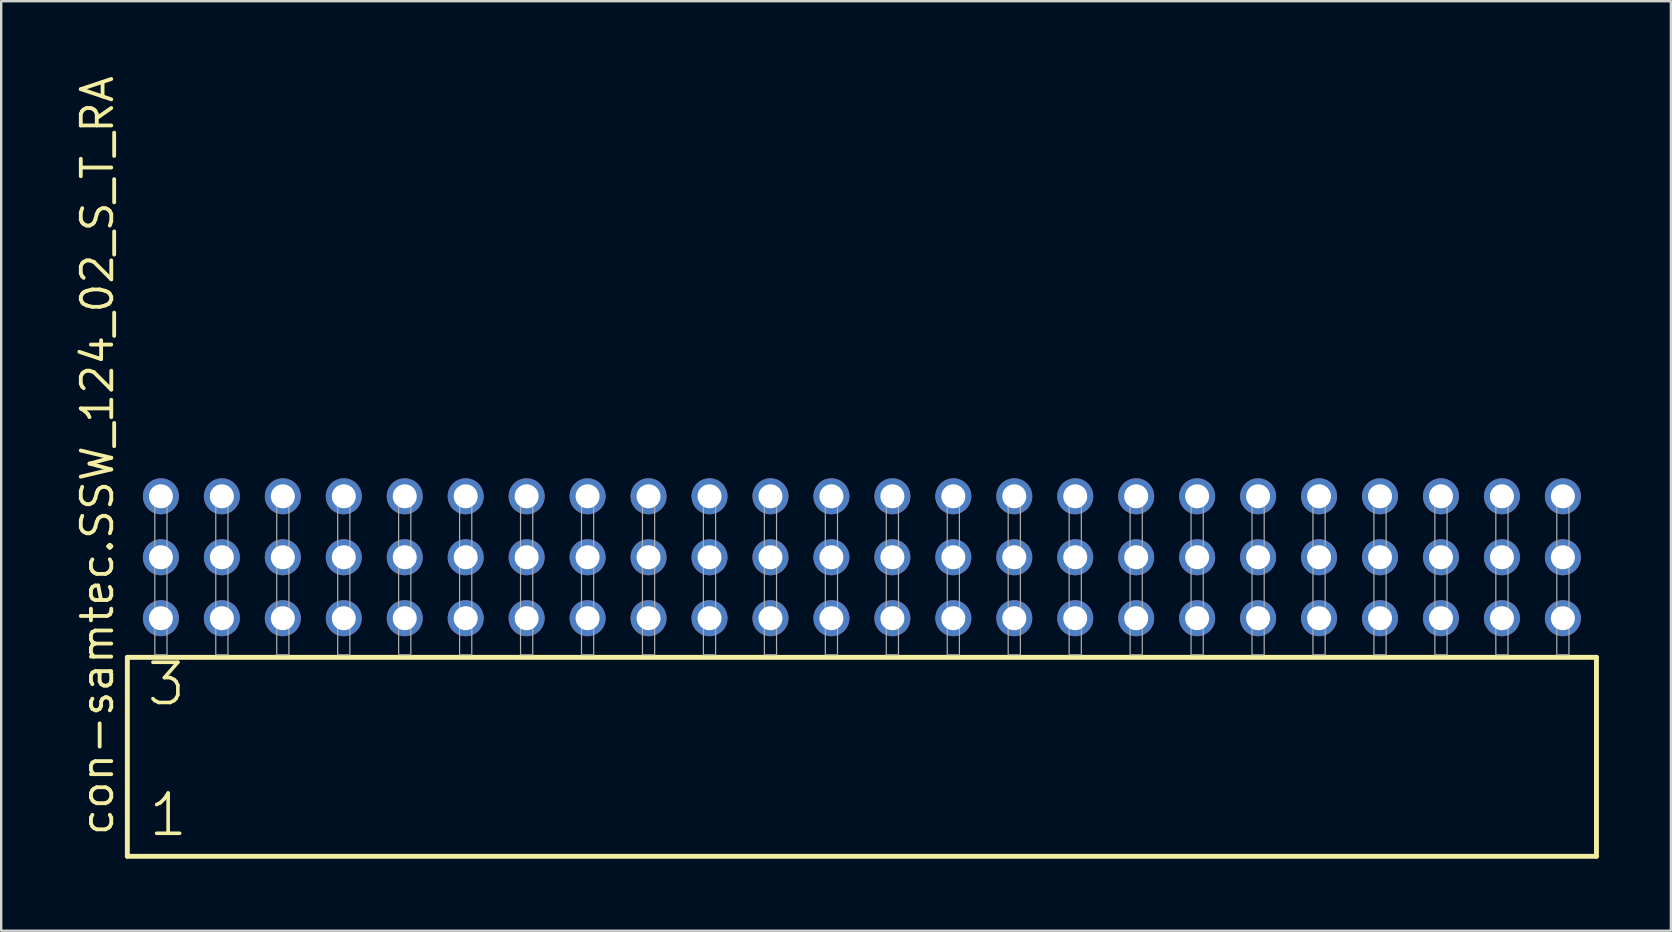
<source format=kicad_pcb>
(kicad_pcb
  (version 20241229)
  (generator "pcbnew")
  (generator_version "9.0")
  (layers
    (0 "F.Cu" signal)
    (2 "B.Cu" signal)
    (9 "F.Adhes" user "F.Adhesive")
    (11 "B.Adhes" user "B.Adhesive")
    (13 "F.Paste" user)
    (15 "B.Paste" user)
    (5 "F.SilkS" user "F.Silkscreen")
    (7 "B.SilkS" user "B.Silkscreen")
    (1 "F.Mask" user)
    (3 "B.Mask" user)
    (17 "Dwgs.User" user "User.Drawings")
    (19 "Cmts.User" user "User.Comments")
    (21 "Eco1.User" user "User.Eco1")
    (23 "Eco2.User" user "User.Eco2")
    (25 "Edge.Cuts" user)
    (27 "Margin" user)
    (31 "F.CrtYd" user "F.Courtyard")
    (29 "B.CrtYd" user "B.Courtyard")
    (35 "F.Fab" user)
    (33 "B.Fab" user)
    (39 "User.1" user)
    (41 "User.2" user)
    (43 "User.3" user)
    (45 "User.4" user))
  (footprint "con-samtec.SSW_124_02_S_T_RA"
    (layer "F.Cu")
    (at 32.865 24.235)
    (property "Reference" "con-samtec.SSW_124_02_S_T_RA" (at -31.115 7.62 90) (layer "F.SilkS") (effects (font (size 1.27 1.27) (thickness 0.16)) (justify left bottom)))
    (attr through_hole)
    (fp_line (start -30.609 0.106) (end -30.609 8.396) (stroke (width 0.203) (type default)) (layer "F.SilkS"))
    (fp_line (start -30.609 8.396) (end 30.609 8.396) (stroke (width 0.203) (type default)) (layer "F.SilkS"))
    (fp_line (start 30.609 0.106) (end -30.609 0.106) (stroke (width 0.203) (type default)) (layer "F.SilkS"))
    (fp_line (start 30.609 8.396) (end 30.609 0.106) (stroke (width 0.203) (type default)) (layer "F.SilkS"))
    (fp_rect (start -29.464 0) (end -28.956 -6.858) (stroke (width 0.05) (type default)) (fill no) (layer "F.Fab"))
    (fp_rect (start -26.924 0) (end -26.416 -6.858) (stroke (width 0.05) (type default)) (fill no) (layer "F.Fab"))
    (fp_rect (start -24.384 0) (end -23.876 -6.858) (stroke (width 0.05) (type default)) (fill no) (layer "F.Fab"))
    (fp_rect (start -21.844 0) (end -21.336 -6.858) (stroke (width 0.05) (type default)) (fill no) (layer "F.Fab"))
    (fp_rect (start -19.304 0) (end -18.796 -6.858) (stroke (width 0.05) (type default)) (fill no) (layer "F.Fab"))
    (fp_rect (start -16.764 0) (end -16.256 -6.858) (stroke (width 0.05) (type default)) (fill no) (layer "F.Fab"))
    (fp_rect (start -14.224 0) (end -13.716 -6.858) (stroke (width 0.05) (type default)) (fill no) (layer "F.Fab"))
    (fp_rect (start -11.684 0) (end -11.176 -6.858) (stroke (width 0.05) (type default)) (fill no) (layer "F.Fab"))
    (fp_rect (start -9.144 0) (end -8.636 -6.858) (stroke (width 0.05) (type default)) (fill no) (layer "F.Fab"))
    (fp_rect (start -6.604 0) (end -6.096 -6.858) (stroke (width 0.05) (type default)) (fill no) (layer "F.Fab"))
    (fp_rect (start -4.064 0) (end -3.556 -6.858) (stroke (width 0.05) (type default)) (fill no) (layer "F.Fab"))
    (fp_rect (start -1.524 0) (end -1.016 -6.858) (stroke (width 0.05) (type default)) (fill no) (layer "F.Fab"))
    (fp_rect (start 1.016 0) (end 1.524 -6.858) (stroke (width 0.05) (type default)) (fill no) (layer "F.Fab"))
    (fp_rect (start 3.556 0) (end 4.064 -6.858) (stroke (width 0.05) (type default)) (fill no) (layer "F.Fab"))
    (fp_rect (start 6.096 0) (end 6.604 -6.858) (stroke (width 0.05) (type default)) (fill no) (layer "F.Fab"))
    (fp_rect (start 8.636 0) (end 9.144 -6.858) (stroke (width 0.05) (type default)) (fill no) (layer "F.Fab"))
    (fp_rect (start 11.176 0) (end 11.684 -6.858) (stroke (width 0.05) (type default)) (fill no) (layer "F.Fab"))
    (fp_rect (start 13.716 0) (end 14.224 -6.858) (stroke (width 0.05) (type default)) (fill no) (layer "F.Fab"))
    (fp_rect (start 16.256 0) (end 16.764 -6.858) (stroke (width 0.05) (type default)) (fill no) (layer "F.Fab"))
    (fp_rect (start 18.796 0) (end 19.304 -6.858) (stroke (width 0.05) (type default)) (fill no) (layer "F.Fab"))
    (fp_rect (start 21.336 0) (end 21.844 -6.858) (stroke (width 0.05) (type default)) (fill no) (layer "F.Fab"))
    (fp_rect (start 23.876 0) (end 24.384 -6.858) (stroke (width 0.05) (type default)) (fill no) (layer "F.Fab"))
    (fp_rect (start 26.416 0) (end 26.924 -6.858) (stroke (width 0.05) (type default)) (fill no) (layer "F.Fab"))
    (fp_rect (start 28.956 0) (end 29.464 -6.858) (stroke (width 0.05) (type default)) (fill no) (layer "F.Fab"))
    (fp_text user "1" (at -29.805 7.65 0) (layer "F.SilkS") (effects (font (size 1.676 1.676) (thickness 0.15)) (justify left bottom)))
    (fp_text user "3" (at -29.88 2.2 0) (layer "F.SilkS") (effects (font (size 1.676 1.676) (thickness 0.15)) (justify left bottom)))
    (pad "1" thru_hole circle (at -29.21 -1.524) (size 1.5 1.5) (drill 1) (layers "*.Cu" "*.Mask"))
    (pad "2" thru_hole circle (at -29.21 -4.064) (size 1.5 1.5) (drill 1) (layers "*.Cu" "*.Mask"))
    (pad "3" thru_hole circle (at -29.21 -6.604) (size 1.5 1.5) (drill 1) (layers "*.Cu" "*.Mask"))
    (pad "4" thru_hole circle (at -26.67 -1.524) (size 1.5 1.5) (drill 1) (layers "*.Cu" "*.Mask"))
    (pad "5" thru_hole circle (at -26.67 -4.064) (size 1.5 1.5) (drill 1) (layers "*.Cu" "*.Mask"))
    (pad "6" thru_hole circle (at -26.67 -6.604) (size 1.5 1.5) (drill 1) (layers "*.Cu" "*.Mask"))
    (pad "7" thru_hole circle (at -24.13 -1.524) (size 1.5 1.5) (drill 1) (layers "*.Cu" "*.Mask"))
    (pad "8" thru_hole circle (at -24.13 -4.064) (size 1.5 1.5) (drill 1) (layers "*.Cu" "*.Mask"))
    (pad "9" thru_hole circle (at -24.13 -6.604) (size 1.5 1.5) (drill 1) (layers "*.Cu" "*.Mask"))
    (pad "10" thru_hole circle (at -21.59 -1.524) (size 1.5 1.5) (drill 1) (layers "*.Cu" "*.Mask"))
    (pad "11" thru_hole circle (at -21.59 -4.064) (size 1.5 1.5) (drill 1) (layers "*.Cu" "*.Mask"))
    (pad "12" thru_hole circle (at -21.59 -6.604) (size 1.5 1.5) (drill 1) (layers "*.Cu" "*.Mask"))
    (pad "13" thru_hole circle (at -19.05 -1.524) (size 1.5 1.5) (drill 1) (layers "*.Cu" "*.Mask"))
    (pad "14" thru_hole circle (at -19.05 -4.064) (size 1.5 1.5) (drill 1) (layers "*.Cu" "*.Mask"))
    (pad "15" thru_hole circle (at -19.05 -6.604) (size 1.5 1.5) (drill 1) (layers "*.Cu" "*.Mask"))
    (pad "16" thru_hole circle (at -16.51 -1.524) (size 1.5 1.5) (drill 1) (layers "*.Cu" "*.Mask"))
    (pad "17" thru_hole circle (at -16.51 -4.064) (size 1.5 1.5) (drill 1) (layers "*.Cu" "*.Mask"))
    (pad "18" thru_hole circle (at -16.51 -6.604) (size 1.5 1.5) (drill 1) (layers "*.Cu" "*.Mask"))
    (pad "19" thru_hole circle (at -13.97 -1.524) (size 1.5 1.5) (drill 1) (layers "*.Cu" "*.Mask"))
    (pad "20" thru_hole circle (at -13.97 -4.064) (size 1.5 1.5) (drill 1) (layers "*.Cu" "*.Mask"))
    (pad "21" thru_hole circle (at -13.97 -6.604) (size 1.5 1.5) (drill 1) (layers "*.Cu" "*.Mask"))
    (pad "22" thru_hole circle (at -11.43 -1.524) (size 1.5 1.5) (drill 1) (layers "*.Cu" "*.Mask"))
    (pad "23" thru_hole circle (at -11.43 -4.064) (size 1.5 1.5) (drill 1) (layers "*.Cu" "*.Mask"))
    (pad "24" thru_hole circle (at -11.43 -6.604) (size 1.5 1.5) (drill 1) (layers "*.Cu" "*.Mask"))
    (pad "25" thru_hole circle (at -8.89 -1.524) (size 1.5 1.5) (drill 1) (layers "*.Cu" "*.Mask"))
    (pad "26" thru_hole circle (at -8.89 -4.064) (size 1.5 1.5) (drill 1) (layers "*.Cu" "*.Mask"))
    (pad "27" thru_hole circle (at -8.89 -6.604) (size 1.5 1.5) (drill 1) (layers "*.Cu" "*.Mask"))
    (pad "28" thru_hole circle (at -6.35 -1.524) (size 1.5 1.5) (drill 1) (layers "*.Cu" "*.Mask"))
    (pad "29" thru_hole circle (at -6.35 -4.064) (size 1.5 1.5) (drill 1) (layers "*.Cu" "*.Mask"))
    (pad "30" thru_hole circle (at -6.35 -6.604) (size 1.5 1.5) (drill 1) (layers "*.Cu" "*.Mask"))
    (pad "31" thru_hole circle (at -3.81 -1.524) (size 1.5 1.5) (drill 1) (layers "*.Cu" "*.Mask"))
    (pad "32" thru_hole circle (at -3.81 -4.064) (size 1.5 1.5) (drill 1) (layers "*.Cu" "*.Mask"))
    (pad "33" thru_hole circle (at -3.81 -6.604) (size 1.5 1.5) (drill 1) (layers "*.Cu" "*.Mask"))
    (pad "34" thru_hole circle (at -1.27 -1.524) (size 1.5 1.5) (drill 1) (layers "*.Cu" "*.Mask"))
    (pad "35" thru_hole circle (at -1.27 -4.064) (size 1.5 1.5) (drill 1) (layers "*.Cu" "*.Mask"))
    (pad "36" thru_hole circle (at -1.27 -6.604) (size 1.5 1.5) (drill 1) (layers "*.Cu" "*.Mask"))
    (pad "37" thru_hole circle (at 1.27 -1.524) (size 1.5 1.5) (drill 1) (layers "*.Cu" "*.Mask"))
    (pad "38" thru_hole circle (at 1.27 -4.064) (size 1.5 1.5) (drill 1) (layers "*.Cu" "*.Mask"))
    (pad "39" thru_hole circle (at 1.27 -6.604) (size 1.5 1.5) (drill 1) (layers "*.Cu" "*.Mask"))
    (pad "40" thru_hole circle (at 3.81 -1.524) (size 1.5 1.5) (drill 1) (layers "*.Cu" "*.Mask"))
    (pad "41" thru_hole circle (at 3.81 -4.064) (size 1.5 1.5) (drill 1) (layers "*.Cu" "*.Mask"))
    (pad "42" thru_hole circle (at 3.81 -6.604) (size 1.5 1.5) (drill 1) (layers "*.Cu" "*.Mask"))
    (pad "43" thru_hole circle (at 6.35 -1.524) (size 1.5 1.5) (drill 1) (layers "*.Cu" "*.Mask"))
    (pad "44" thru_hole circle (at 6.35 -4.064) (size 1.5 1.5) (drill 1) (layers "*.Cu" "*.Mask"))
    (pad "45" thru_hole circle (at 6.35 -6.604) (size 1.5 1.5) (drill 1) (layers "*.Cu" "*.Mask"))
    (pad "46" thru_hole circle (at 8.89 -1.524) (size 1.5 1.5) (drill 1) (layers "*.Cu" "*.Mask"))
    (pad "47" thru_hole circle (at 8.89 -4.064) (size 1.5 1.5) (drill 1) (layers "*.Cu" "*.Mask"))
    (pad "48" thru_hole circle (at 8.89 -6.604) (size 1.5 1.5) (drill 1) (layers "*.Cu" "*.Mask"))
    (pad "49" thru_hole circle (at 11.43 -1.524) (size 1.5 1.5) (drill 1) (layers "*.Cu" "*.Mask"))
    (pad "50" thru_hole circle (at 11.43 -4.064) (size 1.5 1.5) (drill 1) (layers "*.Cu" "*.Mask"))
    (pad "51" thru_hole circle (at 11.43 -6.604) (size 1.5 1.5) (drill 1) (layers "*.Cu" "*.Mask"))
    (pad "52" thru_hole circle (at 13.97 -1.524) (size 1.5 1.5) (drill 1) (layers "*.Cu" "*.Mask"))
    (pad "53" thru_hole circle (at 13.97 -4.064) (size 1.5 1.5) (drill 1) (layers "*.Cu" "*.Mask"))
    (pad "54" thru_hole circle (at 13.97 -6.604) (size 1.5 1.5) (drill 1) (layers "*.Cu" "*.Mask"))
    (pad "55" thru_hole circle (at 16.51 -1.524) (size 1.5 1.5) (drill 1) (layers "*.Cu" "*.Mask"))
    (pad "56" thru_hole circle (at 16.51 -4.064) (size 1.5 1.5) (drill 1) (layers "*.Cu" "*.Mask"))
    (pad "57" thru_hole circle (at 16.51 -6.604) (size 1.5 1.5) (drill 1) (layers "*.Cu" "*.Mask"))
    (pad "58" thru_hole circle (at 19.05 -1.524) (size 1.5 1.5) (drill 1) (layers "*.Cu" "*.Mask"))
    (pad "59" thru_hole circle (at 19.05 -4.064) (size 1.5 1.5) (drill 1) (layers "*.Cu" "*.Mask"))
    (pad "60" thru_hole circle (at 19.05 -6.604) (size 1.5 1.5) (drill 1) (layers "*.Cu" "*.Mask"))
    (pad "61" thru_hole circle (at 21.59 -1.524) (size 1.5 1.5) (drill 1) (layers "*.Cu" "*.Mask"))
    (pad "62" thru_hole circle (at 21.59 -4.064) (size 1.5 1.5) (drill 1) (layers "*.Cu" "*.Mask"))
    (pad "63" thru_hole circle (at 21.59 -6.604) (size 1.5 1.5) (drill 1) (layers "*.Cu" "*.Mask"))
    (pad "64" thru_hole circle (at 24.13 -1.524) (size 1.5 1.5) (drill 1) (layers "*.Cu" "*.Mask"))
    (pad "65" thru_hole circle (at 24.13 -4.064) (size 1.5 1.5) (drill 1) (layers "*.Cu" "*.Mask"))
    (pad "66" thru_hole circle (at 24.13 -6.604) (size 1.5 1.5) (drill 1) (layers "*.Cu" "*.Mask"))
    (pad "67" thru_hole circle (at 26.67 -1.524) (size 1.5 1.5) (drill 1) (layers "*.Cu" "*.Mask"))
    (pad "68" thru_hole circle (at 26.67 -4.064) (size 1.5 1.5) (drill 1) (layers "*.Cu" "*.Mask"))
    (pad "69" thru_hole circle (at 26.67 -6.604) (size 1.5 1.5) (drill 1) (layers "*.Cu" "*.Mask"))
    (pad "70" thru_hole circle (at 29.21 -1.524) (size 1.5 1.5) (drill 1) (layers "*.Cu" "*.Mask"))
    (pad "71" thru_hole circle (at 29.21 -4.064) (size 1.5 1.5) (drill 1) (layers "*.Cu" "*.Mask"))
    (pad "72" thru_hole circle (at 29.21 -6.604) (size 1.5 1.5) (drill 1) (layers "*.Cu" "*.Mask")))
  (gr_rect
    (start -3 -3)
    (end 66.576 35.733)
    (stroke (width 0.1) (type default))
    (fill no)
    (layer "Edge.Cuts")))
</source>
